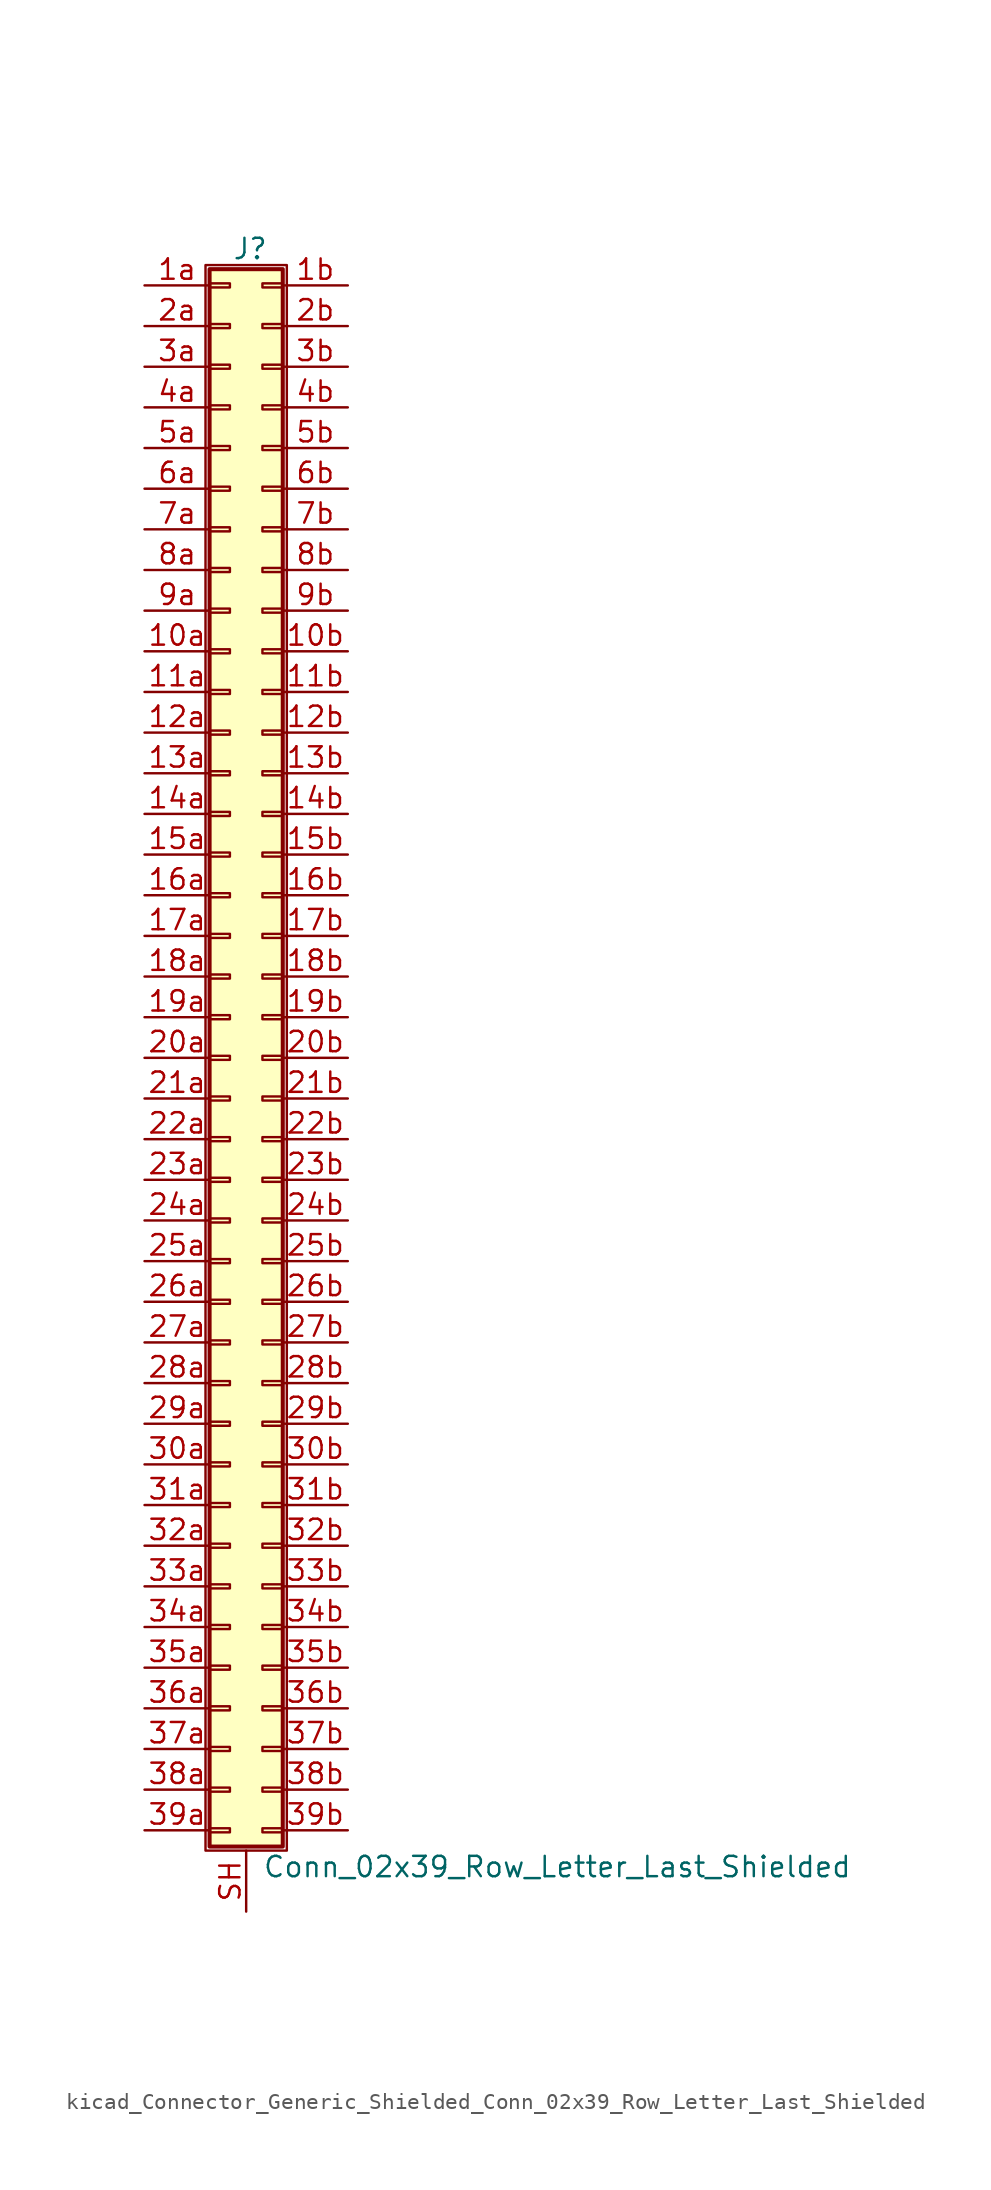
<source format=kicad_sym>
(kicad_symbol_lib
  (version 20220914)
  (generator kicad_symbol_editor)
  (symbol "kicad_Connector_Generic_Shielded_Conn_02x39_Row_Letter_Last_Shielded"
    (pin_names
      (offset 1.016) hide)
    (property "Reference" "J"
      (at 1.524 50.546 0)
      (effects (font (size 1.27 1.27))))
    (property "Value" "Conn_02x39_Row_Letter_Last_Shielded"
      (at 2.286 -50.546 0)
      (effects (font (size 1.27 1.27)) (justify left)))
    (symbol "kicad_Connector_Generic_Shielded_Conn_02x39_Row_Letter_Last_Shielded_1_1"
      (rectangle (start -1.27 49.53) (end 3.81 -49.53) (stroke (width 0.152) (type default)) (fill (type none)))
      (rectangle (start -1.016 -48.133) (end 0.254 -48.387) (stroke (width 0.152) (type default)) (fill (type none)))
      (rectangle (start -1.016 -45.593) (end 0.254 -45.847) (stroke (width 0.152) (type default)) (fill (type none)))
      (rectangle (start -1.016 -43.053) (end 0.254 -43.307) (stroke (width 0.152) (type default)) (fill (type none)))
      (rectangle (start -1.016 -40.513) (end 0.254 -40.767) (stroke (width 0.152) (type default)) (fill (type none)))
      (rectangle (start -1.016 -37.973) (end 0.254 -38.227) (stroke (width 0.152) (type default)) (fill (type none)))
      (rectangle (start -1.016 -35.433) (end 0.254 -35.687) (stroke (width 0.152) (type default)) (fill (type none)))
      (rectangle (start -1.016 -32.893) (end 0.254 -33.147) (stroke (width 0.152) (type default)) (fill (type none)))
      (rectangle (start -1.016 -30.353) (end 0.254 -30.607) (stroke (width 0.152) (type default)) (fill (type none)))
      (rectangle (start -1.016 -27.813) (end 0.254 -28.067) (stroke (width 0.152) (type default)) (fill (type none)))
      (rectangle (start -1.016 -25.273) (end 0.254 -25.527) (stroke (width 0.152) (type default)) (fill (type none)))
      (rectangle (start -1.016 -22.733) (end 0.254 -22.987) (stroke (width 0.152) (type default)) (fill (type none)))
      (rectangle (start -1.016 -20.193) (end 0.254 -20.447) (stroke (width 0.152) (type default)) (fill (type none)))
      (rectangle (start -1.016 -17.653) (end 0.254 -17.907) (stroke (width 0.152) (type default)) (fill (type none)))
      (rectangle (start -1.016 -15.113) (end 0.254 -15.367) (stroke (width 0.152) (type default)) (fill (type none)))
      (rectangle (start -1.016 -12.573) (end 0.254 -12.827) (stroke (width 0.152) (type default)) (fill (type none)))
      (rectangle (start -1.016 -10.033) (end 0.254 -10.287) (stroke (width 0.152) (type default)) (fill (type none)))
      (rectangle (start -1.016 -7.493) (end 0.254 -7.747) (stroke (width 0.152) (type default)) (fill (type none)))
      (rectangle (start -1.016 -4.953) (end 0.254 -5.207) (stroke (width 0.152) (type default)) (fill (type none)))
      (rectangle (start -1.016 -2.413) (end 0.254 -2.667) (stroke (width 0.152) (type default)) (fill (type none)))
      (rectangle (start -1.016 0.127) (end 0.254 -0.127) (stroke (width 0.152) (type default)) (fill (type none)))
      (rectangle (start -1.016 2.667) (end 0.254 2.413) (stroke (width 0.152) (type default)) (fill (type none)))
      (rectangle (start -1.016 5.207) (end 0.254 4.953) (stroke (width 0.152) (type default)) (fill (type none)))
      (rectangle (start -1.016 7.747) (end 0.254 7.493) (stroke (width 0.152) (type default)) (fill (type none)))
      (rectangle (start -1.016 10.287) (end 0.254 10.033) (stroke (width 0.152) (type default)) (fill (type none)))
      (rectangle (start -1.016 12.827) (end 0.254 12.573) (stroke (width 0.152) (type default)) (fill (type none)))
      (rectangle (start -1.016 15.367) (end 0.254 15.113) (stroke (width 0.152) (type default)) (fill (type none)))
      (rectangle (start -1.016 17.907) (end 0.254 17.653) (stroke (width 0.152) (type default)) (fill (type none)))
      (rectangle (start -1.016 20.447) (end 0.254 20.193) (stroke (width 0.152) (type default)) (fill (type none)))
      (rectangle (start -1.016 22.987) (end 0.254 22.733) (stroke (width 0.152) (type default)) (fill (type none)))
      (rectangle (start -1.016 25.527) (end 0.254 25.273) (stroke (width 0.152) (type default)) (fill (type none)))
      (rectangle (start -1.016 28.067) (end 0.254 27.813) (stroke (width 0.152) (type default)) (fill (type none)))
      (rectangle (start -1.016 30.607) (end 0.254 30.353) (stroke (width 0.152) (type default)) (fill (type none)))
      (rectangle (start -1.016 33.147) (end 0.254 32.893) (stroke (width 0.152) (type default)) (fill (type none)))
      (rectangle (start -1.016 35.687) (end 0.254 35.433) (stroke (width 0.152) (type default)) (fill (type none)))
      (rectangle (start -1.016 38.227) (end 0.254 37.973) (stroke (width 0.152) (type default)) (fill (type none)))
      (rectangle (start -1.016 40.767) (end 0.254 40.513) (stroke (width 0.152) (type default)) (fill (type none)))
      (rectangle (start -1.016 43.307) (end 0.254 43.053) (stroke (width 0.152) (type default)) (fill (type none)))
      (rectangle (start -1.016 45.847) (end 0.254 45.593) (stroke (width 0.152) (type default)) (fill (type none)))
      (rectangle (start -1.016 48.387) (end 0.254 48.133) (stroke (width 0.152) (type default)) (fill (type none)))
      (rectangle (start -1.016 49.276) (end 3.556 -49.276) (stroke (width 0.254) (type default)) (fill (type background)))
      (rectangle (start 3.556 -48.133) (end 2.286 -48.387) (stroke (width 0.152) (type default)) (fill (type none)))
      (rectangle (start 3.556 -45.593) (end 2.286 -45.847) (stroke (width 0.152) (type default)) (fill (type none)))
      (rectangle (start 3.556 -43.053) (end 2.286 -43.307) (stroke (width 0.152) (type default)) (fill (type none)))
      (rectangle (start 3.556 -40.513) (end 2.286 -40.767) (stroke (width 0.152) (type default)) (fill (type none)))
      (rectangle (start 3.556 -37.973) (end 2.286 -38.227) (stroke (width 0.152) (type default)) (fill (type none)))
      (rectangle (start 3.556 -35.433) (end 2.286 -35.687) (stroke (width 0.152) (type default)) (fill (type none)))
      (rectangle (start 3.556 -32.893) (end 2.286 -33.147) (stroke (width 0.152) (type default)) (fill (type none)))
      (rectangle (start 3.556 -30.353) (end 2.286 -30.607) (stroke (width 0.152) (type default)) (fill (type none)))
      (rectangle (start 3.556 -27.813) (end 2.286 -28.067) (stroke (width 0.152) (type default)) (fill (type none)))
      (rectangle (start 3.556 -25.273) (end 2.286 -25.527) (stroke (width 0.152) (type default)) (fill (type none)))
      (rectangle (start 3.556 -22.733) (end 2.286 -22.987) (stroke (width 0.152) (type default)) (fill (type none)))
      (rectangle (start 3.556 -20.193) (end 2.286 -20.447) (stroke (width 0.152) (type default)) (fill (type none)))
      (rectangle (start 3.556 -17.653) (end 2.286 -17.907) (stroke (width 0.152) (type default)) (fill (type none)))
      (rectangle (start 3.556 -15.113) (end 2.286 -15.367) (stroke (width 0.152) (type default)) (fill (type none)))
      (rectangle (start 3.556 -12.573) (end 2.286 -12.827) (stroke (width 0.152) (type default)) (fill (type none)))
      (rectangle (start 3.556 -10.033) (end 2.286 -10.287) (stroke (width 0.152) (type default)) (fill (type none)))
      (rectangle (start 3.556 -7.493) (end 2.286 -7.747) (stroke (width 0.152) (type default)) (fill (type none)))
      (rectangle (start 3.556 -4.953) (end 2.286 -5.207) (stroke (width 0.152) (type default)) (fill (type none)))
      (rectangle (start 3.556 -2.413) (end 2.286 -2.667) (stroke (width 0.152) (type default)) (fill (type none)))
      (rectangle (start 3.556 0.127) (end 2.286 -0.127) (stroke (width 0.152) (type default)) (fill (type none)))
      (rectangle (start 3.556 2.667) (end 2.286 2.413) (stroke (width 0.152) (type default)) (fill (type none)))
      (rectangle (start 3.556 5.207) (end 2.286 4.953) (stroke (width 0.152) (type default)) (fill (type none)))
      (rectangle (start 3.556 7.747) (end 2.286 7.493) (stroke (width 0.152) (type default)) (fill (type none)))
      (rectangle (start 3.556 10.287) (end 2.286 10.033) (stroke (width 0.152) (type default)) (fill (type none)))
      (rectangle (start 3.556 12.827) (end 2.286 12.573) (stroke (width 0.152) (type default)) (fill (type none)))
      (rectangle (start 3.556 15.367) (end 2.286 15.113) (stroke (width 0.152) (type default)) (fill (type none)))
      (rectangle (start 3.556 17.907) (end 2.286 17.653) (stroke (width 0.152) (type default)) (fill (type none)))
      (rectangle (start 3.556 20.447) (end 2.286 20.193) (stroke (width 0.152) (type default)) (fill (type none)))
      (rectangle (start 3.556 22.987) (end 2.286 22.733) (stroke (width 0.152) (type default)) (fill (type none)))
      (rectangle (start 3.556 25.527) (end 2.286 25.273) (stroke (width 0.152) (type default)) (fill (type none)))
      (rectangle (start 3.556 28.067) (end 2.286 27.813) (stroke (width 0.152) (type default)) (fill (type none)))
      (rectangle (start 3.556 30.607) (end 2.286 30.353) (stroke (width 0.152) (type default)) (fill (type none)))
      (rectangle (start 3.556 33.147) (end 2.286 32.893) (stroke (width 0.152) (type default)) (fill (type none)))
      (rectangle (start 3.556 35.687) (end 2.286 35.433) (stroke (width 0.152) (type default)) (fill (type none)))
      (rectangle (start 3.556 38.227) (end 2.286 37.973) (stroke (width 0.152) (type default)) (fill (type none)))
      (rectangle (start 3.556 40.767) (end 2.286 40.513) (stroke (width 0.152) (type default)) (fill (type none)))
      (rectangle (start 3.556 43.307) (end 2.286 43.053) (stroke (width 0.152) (type default)) (fill (type none)))
      (rectangle (start 3.556 45.847) (end 2.286 45.593) (stroke (width 0.152) (type default)) (fill (type none)))
      (rectangle (start 3.556 48.387) (end 2.286 48.133) (stroke (width 0.152) (type default)) (fill (type none)))
      (pin passive line (at -5.08 25.4 0) (length 4.064) (name "Pin_10a" (effects (font (size 1.27 1.27)))) (number "10a" (effects (font (size 1.27 1.27)))))
      (pin passive line (at 7.62 25.4 180) (length 4.064) (name "Pin_10b" (effects (font (size 1.27 1.27)))) (number "10b" (effects (font (size 1.27 1.27)))))
      (pin passive line (at -5.08 22.86 0) (length 4.064) (name "Pin_11a" (effects (font (size 1.27 1.27)))) (number "11a" (effects (font (size 1.27 1.27)))))
      (pin passive line (at 7.62 22.86 180) (length 4.064) (name "Pin_11b" (effects (font (size 1.27 1.27)))) (number "11b" (effects (font (size 1.27 1.27)))))
      (pin passive line (at -5.08 20.32 0) (length 4.064) (name "Pin_12a" (effects (font (size 1.27 1.27)))) (number "12a" (effects (font (size 1.27 1.27)))))
      (pin passive line (at 7.62 20.32 180) (length 4.064) (name "Pin_12b" (effects (font (size 1.27 1.27)))) (number "12b" (effects (font (size 1.27 1.27)))))
      (pin passive line (at -5.08 17.78 0) (length 4.064) (name "Pin_13a" (effects (font (size 1.27 1.27)))) (number "13a" (effects (font (size 1.27 1.27)))))
      (pin passive line (at 7.62 17.78 180) (length 4.064) (name "Pin_13b" (effects (font (size 1.27 1.27)))) (number "13b" (effects (font (size 1.27 1.27)))))
      (pin passive line (at -5.08 15.24 0) (length 4.064) (name "Pin_14a" (effects (font (size 1.27 1.27)))) (number "14a" (effects (font (size 1.27 1.27)))))
      (pin passive line (at 7.62 15.24 180) (length 4.064) (name "Pin_14b" (effects (font (size 1.27 1.27)))) (number "14b" (effects (font (size 1.27 1.27)))))
      (pin passive line (at -5.08 12.7 0) (length 4.064) (name "Pin_15a" (effects (font (size 1.27 1.27)))) (number "15a" (effects (font (size 1.27 1.27)))))
      (pin passive line (at 7.62 12.7 180) (length 4.064) (name "Pin_15b" (effects (font (size 1.27 1.27)))) (number "15b" (effects (font (size 1.27 1.27)))))
      (pin passive line (at -5.08 10.16 0) (length 4.064) (name "Pin_16a" (effects (font (size 1.27 1.27)))) (number "16a" (effects (font (size 1.27 1.27)))))
      (pin passive line (at 7.62 10.16 180) (length 4.064) (name "Pin_16b" (effects (font (size 1.27 1.27)))) (number "16b" (effects (font (size 1.27 1.27)))))
      (pin passive line (at -5.08 7.62 0) (length 4.064) (name "Pin_17a" (effects (font (size 1.27 1.27)))) (number "17a" (effects (font (size 1.27 1.27)))))
      (pin passive line (at 7.62 7.62 180) (length 4.064) (name "Pin_17b" (effects (font (size 1.27 1.27)))) (number "17b" (effects (font (size 1.27 1.27)))))
      (pin passive line (at -5.08 5.08 0) (length 4.064) (name "Pin_18a" (effects (font (size 1.27 1.27)))) (number "18a" (effects (font (size 1.27 1.27)))))
      (pin passive line (at 7.62 5.08 180) (length 4.064) (name "Pin_18b" (effects (font (size 1.27 1.27)))) (number "18b" (effects (font (size 1.27 1.27)))))
      (pin passive line (at -5.08 2.54 0) (length 4.064) (name "Pin_19a" (effects (font (size 1.27 1.27)))) (number "19a" (effects (font (size 1.27 1.27)))))
      (pin passive line (at 7.62 2.54 180) (length 4.064) (name "Pin_19b" (effects (font (size 1.27 1.27)))) (number "19b" (effects (font (size 1.27 1.27)))))
      (pin passive line (at -5.08 48.26 0) (length 4.064) (name "Pin_1a" (effects (font (size 1.27 1.27)))) (number "1a" (effects (font (size 1.27 1.27)))))
      (pin passive line (at 7.62 48.26 180) (length 4.064) (name "Pin_1b" (effects (font (size 1.27 1.27)))) (number "1b" (effects (font (size 1.27 1.27)))))
      (pin passive line (at -5.08 0 0) (length 4.064) (name "Pin_20a" (effects (font (size 1.27 1.27)))) (number "20a" (effects (font (size 1.27 1.27)))))
      (pin passive line (at 7.62 0 180) (length 4.064) (name "Pin_20b" (effects (font (size 1.27 1.27)))) (number "20b" (effects (font (size 1.27 1.27)))))
      (pin passive line (at -5.08 -2.54 0) (length 4.064) (name "Pin_21a" (effects (font (size 1.27 1.27)))) (number "21a" (effects (font (size 1.27 1.27)))))
      (pin passive line (at 7.62 -2.54 180) (length 4.064) (name "Pin_21b" (effects (font (size 1.27 1.27)))) (number "21b" (effects (font (size 1.27 1.27)))))
      (pin passive line (at -5.08 -5.08 0) (length 4.064) (name "Pin_22a" (effects (font (size 1.27 1.27)))) (number "22a" (effects (font (size 1.27 1.27)))))
      (pin passive line (at 7.62 -5.08 180) (length 4.064) (name "Pin_22b" (effects (font (size 1.27 1.27)))) (number "22b" (effects (font (size 1.27 1.27)))))
      (pin passive line (at -5.08 -7.62 0) (length 4.064) (name "Pin_23a" (effects (font (size 1.27 1.27)))) (number "23a" (effects (font (size 1.27 1.27)))))
      (pin passive line (at 7.62 -7.62 180) (length 4.064) (name "Pin_23b" (effects (font (size 1.27 1.27)))) (number "23b" (effects (font (size 1.27 1.27)))))
      (pin passive line (at -5.08 -10.16 0) (length 4.064) (name "Pin_24a" (effects (font (size 1.27 1.27)))) (number "24a" (effects (font (size 1.27 1.27)))))
      (pin passive line (at 7.62 -10.16 180) (length 4.064) (name "Pin_24b" (effects (font (size 1.27 1.27)))) (number "24b" (effects (font (size 1.27 1.27)))))
      (pin passive line (at -5.08 -12.7 0) (length 4.064) (name "Pin_25a" (effects (font (size 1.27 1.27)))) (number "25a" (effects (font (size 1.27 1.27)))))
      (pin passive line (at 7.62 -12.7 180) (length 4.064) (name "Pin_25b" (effects (font (size 1.27 1.27)))) (number "25b" (effects (font (size 1.27 1.27)))))
      (pin passive line (at -5.08 -15.24 0) (length 4.064) (name "Pin_26a" (effects (font (size 1.27 1.27)))) (number "26a" (effects (font (size 1.27 1.27)))))
      (pin passive line (at 7.62 -15.24 180) (length 4.064) (name "Pin_26b" (effects (font (size 1.27 1.27)))) (number "26b" (effects (font (size 1.27 1.27)))))
      (pin passive line (at -5.08 -17.78 0) (length 4.064) (name "Pin_27a" (effects (font (size 1.27 1.27)))) (number "27a" (effects (font (size 1.27 1.27)))))
      (pin passive line (at 7.62 -17.78 180) (length 4.064) (name "Pin_27b" (effects (font (size 1.27 1.27)))) (number "27b" (effects (font (size 1.27 1.27)))))
      (pin passive line (at -5.08 -20.32 0) (length 4.064) (name "Pin_28a" (effects (font (size 1.27 1.27)))) (number "28a" (effects (font (size 1.27 1.27)))))
      (pin passive line (at 7.62 -20.32 180) (length 4.064) (name "Pin_28b" (effects (font (size 1.27 1.27)))) (number "28b" (effects (font (size 1.27 1.27)))))
      (pin passive line (at -5.08 -22.86 0) (length 4.064) (name "Pin_29a" (effects (font (size 1.27 1.27)))) (number "29a" (effects (font (size 1.27 1.27)))))
      (pin passive line (at 7.62 -22.86 180) (length 4.064) (name "Pin_29b" (effects (font (size 1.27 1.27)))) (number "29b" (effects (font (size 1.27 1.27)))))
      (pin passive line (at -5.08 45.72 0) (length 4.064) (name "Pin_2a" (effects (font (size 1.27 1.27)))) (number "2a" (effects (font (size 1.27 1.27)))))
      (pin passive line (at 7.62 45.72 180) (length 4.064) (name "Pin_2b" (effects (font (size 1.27 1.27)))) (number "2b" (effects (font (size 1.27 1.27)))))
      (pin passive line (at -5.08 -25.4 0) (length 4.064) (name "Pin_30a" (effects (font (size 1.27 1.27)))) (number "30a" (effects (font (size 1.27 1.27)))))
      (pin passive line (at 7.62 -25.4 180) (length 4.064) (name "Pin_30b" (effects (font (size 1.27 1.27)))) (number "30b" (effects (font (size 1.27 1.27)))))
      (pin passive line (at -5.08 -27.94 0) (length 4.064) (name "Pin_31a" (effects (font (size 1.27 1.27)))) (number "31a" (effects (font (size 1.27 1.27)))))
      (pin passive line (at 7.62 -27.94 180) (length 4.064) (name "Pin_31b" (effects (font (size 1.27 1.27)))) (number "31b" (effects (font (size 1.27 1.27)))))
      (pin passive line (at -5.08 -30.48 0) (length 4.064) (name "Pin_32a" (effects (font (size 1.27 1.27)))) (number "32a" (effects (font (size 1.27 1.27)))))
      (pin passive line (at 7.62 -30.48 180) (length 4.064) (name "Pin_32b" (effects (font (size 1.27 1.27)))) (number "32b" (effects (font (size 1.27 1.27)))))
      (pin passive line (at -5.08 -33.02 0) (length 4.064) (name "Pin_33a" (effects (font (size 1.27 1.27)))) (number "33a" (effects (font (size 1.27 1.27)))))
      (pin passive line (at 7.62 -33.02 180) (length 4.064) (name "Pin_33b" (effects (font (size 1.27 1.27)))) (number "33b" (effects (font (size 1.27 1.27)))))
      (pin passive line (at -5.08 -35.56 0) (length 4.064) (name "Pin_34a" (effects (font (size 1.27 1.27)))) (number "34a" (effects (font (size 1.27 1.27)))))
      (pin passive line (at 7.62 -35.56 180) (length 4.064) (name "Pin_34b" (effects (font (size 1.27 1.27)))) (number "34b" (effects (font (size 1.27 1.27)))))
      (pin passive line (at -5.08 -38.1 0) (length 4.064) (name "Pin_35a" (effects (font (size 1.27 1.27)))) (number "35a" (effects (font (size 1.27 1.27)))))
      (pin passive line (at 7.62 -38.1 180) (length 4.064) (name "Pin_35b" (effects (font (size 1.27 1.27)))) (number "35b" (effects (font (size 1.27 1.27)))))
      (pin passive line (at -5.08 -40.64 0) (length 4.064) (name "Pin_36a" (effects (font (size 1.27 1.27)))) (number "36a" (effects (font (size 1.27 1.27)))))
      (pin passive line (at 7.62 -40.64 180) (length 4.064) (name "Pin_36b" (effects (font (size 1.27 1.27)))) (number "36b" (effects (font (size 1.27 1.27)))))
      (pin passive line (at -5.08 -43.18 0) (length 4.064) (name "Pin_37a" (effects (font (size 1.27 1.27)))) (number "37a" (effects (font (size 1.27 1.27)))))
      (pin passive line (at 7.62 -43.18 180) (length 4.064) (name "Pin_37b" (effects (font (size 1.27 1.27)))) (number "37b" (effects (font (size 1.27 1.27)))))
      (pin passive line (at -5.08 -45.72 0) (length 4.064) (name "Pin_38a" (effects (font (size 1.27 1.27)))) (number "38a" (effects (font (size 1.27 1.27)))))
      (pin passive line (at 7.62 -45.72 180) (length 4.064) (name "Pin_38b" (effects (font (size 1.27 1.27)))) (number "38b" (effects (font (size 1.27 1.27)))))
      (pin passive line (at -5.08 -48.26 0) (length 4.064) (name "Pin_39a" (effects (font (size 1.27 1.27)))) (number "39a" (effects (font (size 1.27 1.27)))))
      (pin passive line (at 7.62 -48.26 180) (length 4.064) (name "Pin_39b" (effects (font (size 1.27 1.27)))) (number "39b" (effects (font (size 1.27 1.27)))))
      (pin passive line (at -5.08 43.18 0) (length 4.064) (name "Pin_3a" (effects (font (size 1.27 1.27)))) (number "3a" (effects (font (size 1.27 1.27)))))
      (pin passive line (at 7.62 43.18 180) (length 4.064) (name "Pin_3b" (effects (font (size 1.27 1.27)))) (number "3b" (effects (font (size 1.27 1.27)))))
      (pin passive line (at -5.08 40.64 0) (length 4.064) (name "Pin_4a" (effects (font (size 1.27 1.27)))) (number "4a" (effects (font (size 1.27 1.27)))))
      (pin passive line (at 7.62 40.64 180) (length 4.064) (name "Pin_4b" (effects (font (size 1.27 1.27)))) (number "4b" (effects (font (size 1.27 1.27)))))
      (pin passive line (at -5.08 38.1 0) (length 4.064) (name "Pin_5a" (effects (font (size 1.27 1.27)))) (number "5a" (effects (font (size 1.27 1.27)))))
      (pin passive line (at 7.62 38.1 180) (length 4.064) (name "Pin_5b" (effects (font (size 1.27 1.27)))) (number "5b" (effects (font (size 1.27 1.27)))))
      (pin passive line (at -5.08 35.56 0) (length 4.064) (name "Pin_6a" (effects (font (size 1.27 1.27)))) (number "6a" (effects (font (size 1.27 1.27)))))
      (pin passive line (at 7.62 35.56 180) (length 4.064) (name "Pin_6b" (effects (font (size 1.27 1.27)))) (number "6b" (effects (font (size 1.27 1.27)))))
      (pin passive line (at -5.08 33.02 0) (length 4.064) (name "Pin_7a" (effects (font (size 1.27 1.27)))) (number "7a" (effects (font (size 1.27 1.27)))))
      (pin passive line (at 7.62 33.02 180) (length 4.064) (name "Pin_7b" (effects (font (size 1.27 1.27)))) (number "7b" (effects (font (size 1.27 1.27)))))
      (pin passive line (at -5.08 30.48 0) (length 4.064) (name "Pin_8a" (effects (font (size 1.27 1.27)))) (number "8a" (effects (font (size 1.27 1.27)))))
      (pin passive line (at 7.62 30.48 180) (length 4.064) (name "Pin_8b" (effects (font (size 1.27 1.27)))) (number "8b" (effects (font (size 1.27 1.27)))))
      (pin passive line (at -5.08 27.94 0) (length 4.064) (name "Pin_9a" (effects (font (size 1.27 1.27)))) (number "9a" (effects (font (size 1.27 1.27)))))
      (pin passive line (at 7.62 27.94 180) (length 4.064) (name "Pin_9b" (effects (font (size 1.27 1.27)))) (number "9b" (effects (font (size 1.27 1.27)))))
      (pin passive line (at 1.27 -53.34 90) (length 3.81) (name "Shield" (effects (font (size 1.27 1.27)))) (number "SH" (effects (font (size 1.27 1.27))))))))
</source>
